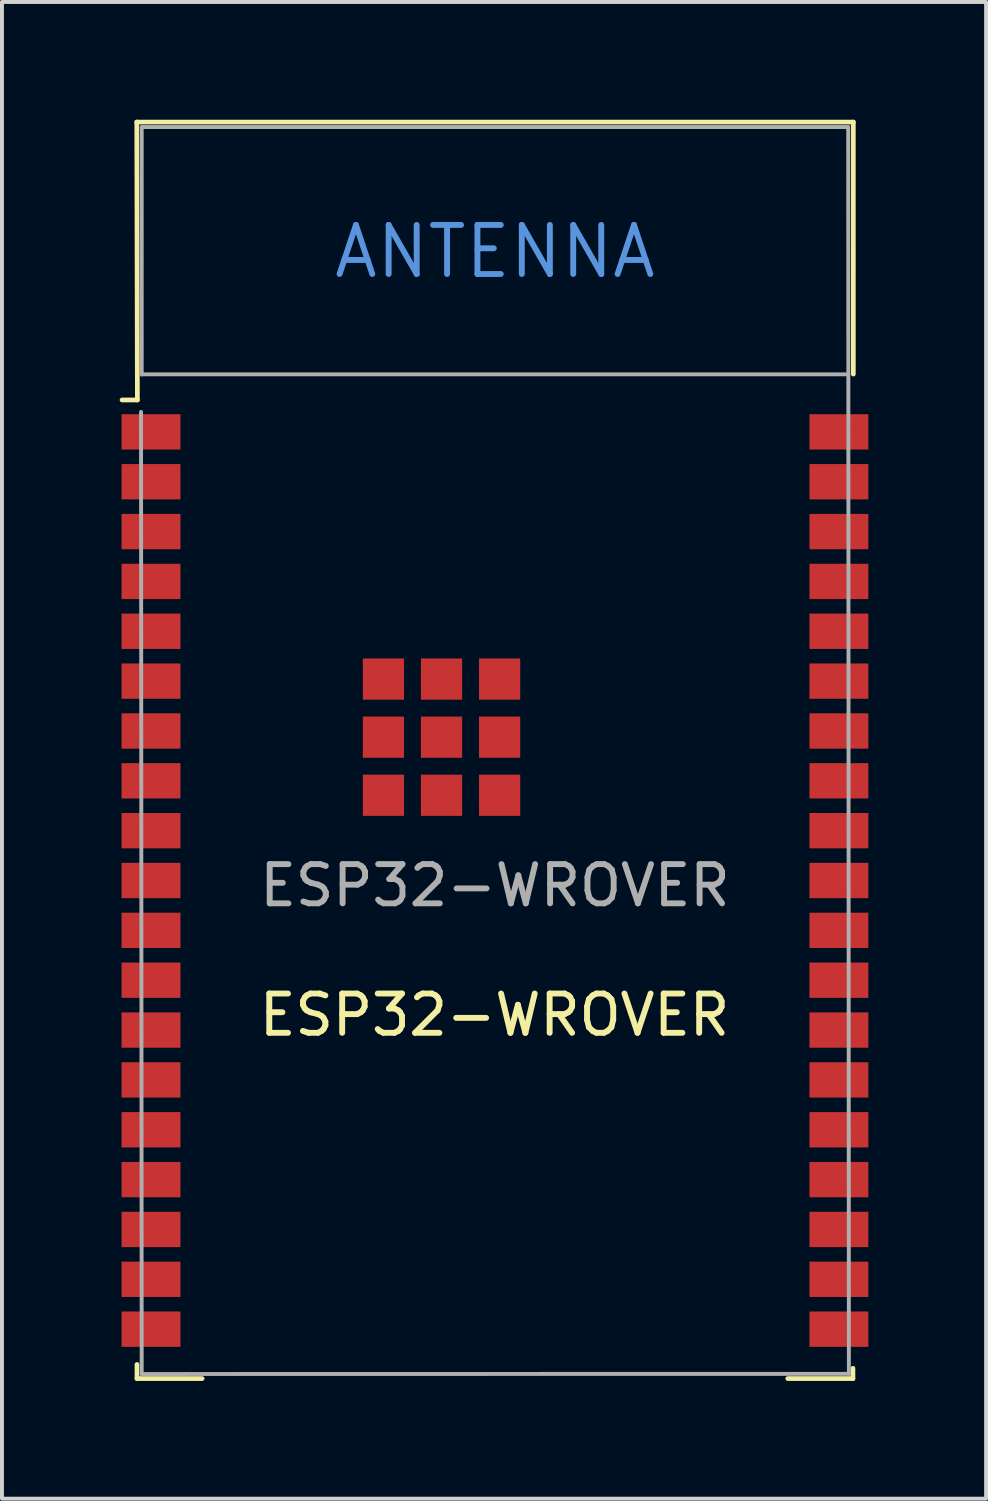
<source format=kicad_pcb>
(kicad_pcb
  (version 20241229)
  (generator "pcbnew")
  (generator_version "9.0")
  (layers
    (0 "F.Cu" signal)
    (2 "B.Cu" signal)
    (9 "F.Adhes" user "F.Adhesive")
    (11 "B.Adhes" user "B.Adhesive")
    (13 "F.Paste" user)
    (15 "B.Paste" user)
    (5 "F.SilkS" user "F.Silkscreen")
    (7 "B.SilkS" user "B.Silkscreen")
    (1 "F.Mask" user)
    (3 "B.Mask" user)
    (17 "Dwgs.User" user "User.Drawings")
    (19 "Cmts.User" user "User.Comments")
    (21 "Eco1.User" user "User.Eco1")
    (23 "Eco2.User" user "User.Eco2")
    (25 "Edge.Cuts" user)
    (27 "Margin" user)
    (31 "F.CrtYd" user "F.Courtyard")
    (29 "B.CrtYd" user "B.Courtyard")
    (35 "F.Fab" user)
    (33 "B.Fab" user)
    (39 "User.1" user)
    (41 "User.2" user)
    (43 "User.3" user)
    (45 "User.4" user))
  (footprint "ESP32-WROVER"
    (layer "F.Cu")
    (at 9.56 19.51)
    (property "Reference" "ESP32-WROVER" (at -0.011 3.298 180) (layer "F.SilkS") (effects (font (size 1 1) (thickness 0.15))))
    (attr smd)
    (fp_line (start -9.125 -19.45) (end 9.13 -19.45) (stroke (width 0.12) (type solid)) (layer "F.SilkS"))
    (fp_line (start -9.12 12.202) (end -9.12 12.562) (stroke (width 0.12) (type solid)) (layer "F.SilkS"))
    (fp_line (start -9.12 12.562) (end -7.46 12.562) (stroke (width 0.12) (type solid)) (layer "F.SilkS"))
    (fp_line (start -9.11 -12.37) (end -9.5 -12.37) (stroke (width 0.12) (type solid)) (layer "F.SilkS"))
    (fp_line (start -9.11 -12.37) (end -9.125 -19.45) (stroke (width 0.12) (type solid)) (layer "F.SilkS"))
    (fp_line (start 9.12 12.302) (end 9.12 12.562) (stroke (width 0.12) (type solid)) (layer "F.SilkS"))
    (fp_line (start 9.12 12.562) (end 7.46 12.562) (stroke (width 0.12) (type solid)) (layer "F.SilkS"))
    (fp_line (start 9.13 -13.03) (end 9.13 -19.45) (stroke (width 0.12) (type solid)) (layer "F.SilkS"))
    (fp_line (start -9.017 -12.065) (end -9 12.446) (stroke (width 0.1) (type solid)) (layer "F.Fab"))
    (fp_line (start -9 -19.323) (end 9 -19.323) (stroke (width 0.1) (type solid)) (layer "F.Fab"))
    (fp_line (start -9 -19.32) (end -9 -13.02) (stroke (width 0.1) (type solid)) (layer "F.Fab"))
    (fp_line (start -9 12.446) (end 9.017 12.442) (stroke (width 0.1) (type solid)) (layer "F.Fab"))
    (fp_line (start 9 -19.32) (end 9.017 12.442) (stroke (width 0.1) (type solid)) (layer "F.Fab"))
    (fp_line (start 9 -13.023) (end -9 -13.023) (stroke (width 0.1) (type solid)) (layer "F.Fab"))
    (fp_text user "ANTENNA" (at 0 -16.15 0) (layer "Cmts.User") (effects (font (size 1.25 1.25) (thickness 0.15))))
    (fp_text user "${REFERENCE}" (at 0 0 0) (layer "F.Fab") (effects (font (size 1 1) (thickness 0.15))))
    (pad "1" smd rect (at -8.763 -11.557) (size 1.5 0.9) (layers "F.Cu" "F.Mask" "F.Paste"))
    (pad "2" smd rect (at -8.763 -10.287) (size 1.5 0.9) (layers "F.Cu" "F.Mask" "F.Paste"))
    (pad "3" smd rect (at -8.763 -9.017) (size 1.5 0.9) (layers "F.Cu" "F.Mask" "F.Paste"))
    (pad "4" smd rect (at -8.763 -7.747) (size 1.5 0.9) (layers "F.Cu" "F.Mask" "F.Paste"))
    (pad "5" smd rect (at -8.763 -6.477) (size 1.5 0.9) (layers "F.Cu" "F.Mask" "F.Paste"))
    (pad "6" smd rect (at -8.763 -5.207) (size 1.5 0.9) (layers "F.Cu" "F.Mask" "F.Paste"))
    (pad "7" smd rect (at -8.763 -3.937) (size 1.5 0.9) (layers "F.Cu" "F.Mask" "F.Paste"))
    (pad "8" smd rect (at -8.763 -2.667) (size 1.5 0.9) (layers "F.Cu" "F.Mask" "F.Paste"))
    (pad "9" smd rect (at -8.763 -1.397) (size 1.5 0.9) (layers "F.Cu" "F.Mask" "F.Paste"))
    (pad "10" smd rect (at -8.763 -0.127) (size 1.5 0.9) (layers "F.Cu" "F.Mask" "F.Paste"))
    (pad "11" smd rect (at -8.763 1.143) (size 1.5 0.9) (layers "F.Cu" "F.Mask" "F.Paste"))
    (pad "12" smd rect (at -8.763 2.413) (size 1.5 0.9) (layers "F.Cu" "F.Mask" "F.Paste"))
    (pad "13" smd rect (at -8.763 3.683) (size 1.5 0.9) (layers "F.Cu" "F.Mask" "F.Paste"))
    (pad "14" smd rect (at -8.763 4.953) (size 1.5 0.9) (layers "F.Cu" "F.Mask" "F.Paste"))
    (pad "15" smd rect (at -8.763 6.223 180) (size 1.5 0.9) (layers "F.Cu" "F.Mask" "F.Paste"))
    (pad "16" smd rect (at -8.763 7.493 180) (size 1.5 0.9) (layers "F.Cu" "F.Mask" "F.Paste"))
    (pad "17" smd rect (at -8.763 8.763 270) (size 0.9 1.5) (layers "F.Cu" "F.Mask" "F.Paste"))
    (pad "18" smd rect (at -8.763 10.033 270) (size 0.9 1.5) (layers "F.Cu" "F.Mask" "F.Paste"))
    (pad "19" smd rect (at -8.763 11.303 270) (size 0.9 1.5) (layers "F.Cu" "F.Mask" "F.Paste"))
    (pad "20" smd rect (at 8.763 11.303 90) (size 0.9 1.5) (layers "F.Cu" "F.Mask" "F.Paste"))
    (pad "21" smd rect (at 8.763 10.033 90) (size 0.9 1.5) (layers "F.Cu" "F.Mask" "F.Paste"))
    (pad "22" smd rect (at 8.763 8.763 90) (size 0.9 1.5) (layers "F.Cu" "F.Mask" "F.Paste"))
    (pad "23" smd rect (at 8.763 7.493 90) (size 0.9 1.5) (layers "F.Cu" "F.Mask" "F.Paste"))
    (pad "24" smd rect (at 8.763 6.223 90) (size 0.9 1.5) (layers "F.Cu" "F.Mask" "F.Paste"))
    (pad "25" smd rect (at 8.763 4.953 90) (size 0.9 1.5) (layers "F.Cu" "F.Mask" "F.Paste"))
    (pad "26" smd rect (at 8.763 3.683 90) (size 0.9 1.5) (layers "F.Cu" "F.Mask" "F.Paste"))
    (pad "27" smd rect (at 8.763 2.413) (size 1.5 0.9) (layers "F.Cu" "F.Mask" "F.Paste"))
    (pad "28" smd rect (at 8.763 1.143) (size 1.5 0.9) (layers "F.Cu" "F.Mask" "F.Paste"))
    (pad "29" smd rect (at 8.763 -0.127) (size 1.5 0.9) (layers "F.Cu" "F.Mask" "F.Paste"))
    (pad "30" smd rect (at 8.763 -1.397) (size 1.5 0.9) (layers "F.Cu" "F.Mask" "F.Paste"))
    (pad "31" smd rect (at 8.763 -2.667) (size 1.5 0.9) (layers "F.Cu" "F.Mask" "F.Paste"))
    (pad "32" smd rect (at 8.763 -3.937) (size 1.5 0.9) (layers "F.Cu" "F.Mask" "F.Paste"))
    (pad "33" smd rect (at 8.763 -5.207) (size 1.5 0.9) (layers "F.Cu" "F.Mask" "F.Paste"))
    (pad "34" smd rect (at 8.763 -6.477) (size 1.5 0.9) (layers "F.Cu" "F.Mask" "F.Paste"))
    (pad "35" smd rect (at 8.763 -7.747) (size 1.5 0.9) (layers "F.Cu" "F.Mask" "F.Paste"))
    (pad "36" smd rect (at 8.763 -9.017) (size 1.5 0.9) (layers "F.Cu" "F.Mask" "F.Paste"))
    (pad "37" smd rect (at 8.763 -10.287) (size 1.5 0.9) (layers "F.Cu" "F.Mask" "F.Paste"))
    (pad "38" smd rect (at 8.763 -11.557) (size 1.5 0.9) (layers "F.Cu" "F.Mask" "F.Paste"))
    (pad "39" smd rect (at -2.841 -5.259) (size 1.05 1.05) (layers "F.Cu" "F.Mask" "F.Paste"))
    (pad "39" smd rect (at -2.841 -3.779) (size 1.05 1.05) (layers "F.Cu" "F.Mask" "F.Paste"))
    (pad "39" smd rect (at -2.841 -2.299) (size 1.05 1.05) (layers "F.Cu" "F.Mask" "F.Paste"))
    (pad "39" smd rect (at -1.361 -5.259) (size 1.05 1.05) (layers "F.Cu" "F.Mask" "F.Paste"))
    (pad "39" smd rect (at -1.361 -3.779) (size 1.05 1.05) (layers "F.Cu" "F.Mask" "F.Paste"))
    (pad "39" smd rect (at -1.361 -2.299) (size 1.05 1.05) (layers "F.Cu" "F.Mask" "F.Paste"))
    (pad "39" smd rect (at 0.119 -5.259) (size 1.05 1.05) (layers "F.Cu" "F.Mask" "F.Paste"))
    (pad "39" smd rect (at 0.119 -3.779) (size 1.05 1.05) (layers "F.Cu" "F.Mask" "F.Paste"))
    (pad "39" smd rect (at 0.119 -2.299) (size 1.05 1.05) (layers "F.Cu" "F.Mask" "F.Paste")))
  (gr_rect
    (start -3 -3)
    (end 22.073 35.132)
    (stroke (width 0.1) (type default))
    (fill no)
    (layer "Edge.Cuts")))
</source>
